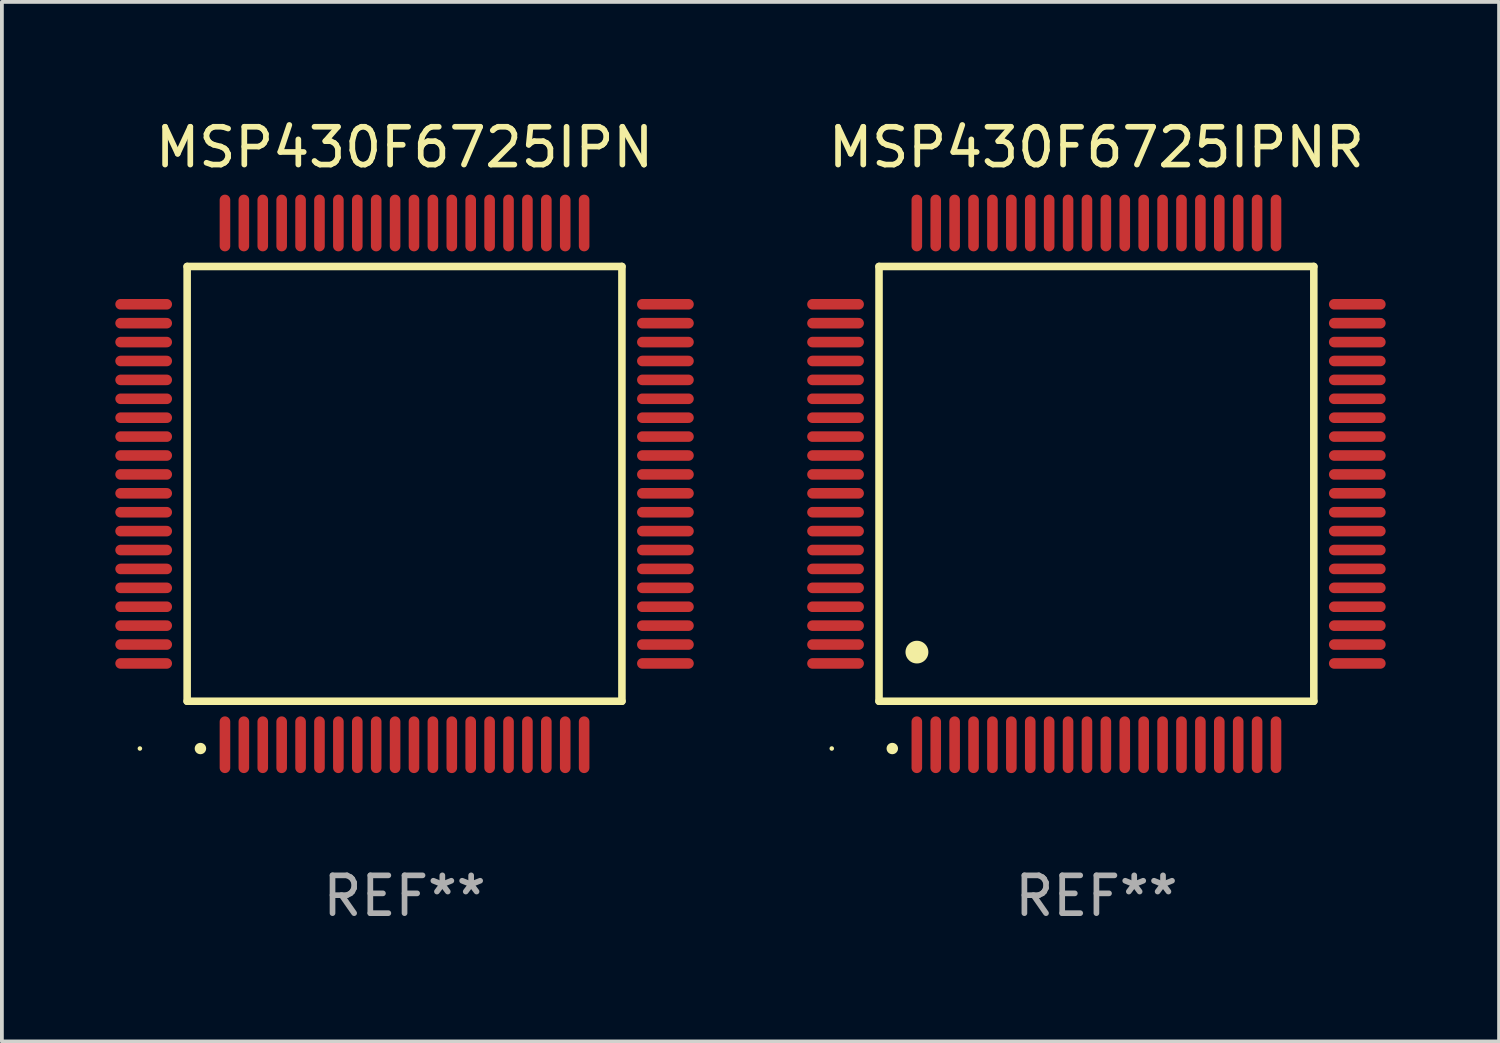
<source format=kicad_pcb>
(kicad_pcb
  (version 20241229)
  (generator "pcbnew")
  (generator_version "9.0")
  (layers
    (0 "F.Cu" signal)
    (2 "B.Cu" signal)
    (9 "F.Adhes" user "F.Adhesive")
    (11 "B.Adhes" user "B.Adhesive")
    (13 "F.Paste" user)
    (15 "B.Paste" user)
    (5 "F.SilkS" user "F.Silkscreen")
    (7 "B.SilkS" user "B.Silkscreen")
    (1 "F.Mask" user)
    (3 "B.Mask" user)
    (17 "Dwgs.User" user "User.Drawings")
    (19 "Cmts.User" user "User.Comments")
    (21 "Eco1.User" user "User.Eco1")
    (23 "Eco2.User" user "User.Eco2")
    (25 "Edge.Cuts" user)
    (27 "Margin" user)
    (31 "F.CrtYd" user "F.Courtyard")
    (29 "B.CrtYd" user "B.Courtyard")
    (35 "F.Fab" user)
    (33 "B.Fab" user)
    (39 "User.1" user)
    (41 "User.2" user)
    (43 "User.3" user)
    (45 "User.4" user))
  (footprint "MSP430F6725IPNR"
    (layer "F.Cu")
    (at 25.95 9.748)
    (property "Reference" "MSP430F6725IPNR" (at 0 -8.9 0) (layer "F.SilkS") (effects (font (size 1 1) (thickness 0.15))))
    (attr through_hole)
    (fp_line (start -5.75 -5.75) (end 5.75 -5.75) (stroke (width 0.2) (type solid)) (layer "F.SilkS"))
    (fp_line (start -5.75 5.75) (end -5.75 -5.75) (stroke (width 0.2) (type solid)) (layer "F.SilkS"))
    (fp_line (start 5.75 -5.75) (end 5.75 5.75) (stroke (width 0.2) (type solid)) (layer "F.SilkS"))
    (fp_line (start 5.75 5.75) (end -5.75 5.75) (stroke (width 0.2) (type solid)) (layer "F.SilkS"))
    (fp_arc (start -5.400051 7.000254) (mid -5.398781 7.000249) (end -5.397511 7.000254) (stroke (width 0.3) (type solid)) (layer "F.SilkS"))
    (fp_arc (start -4.749809 4.450089) (mid -4.747269 4.450078) (end -4.744729 4.450089) (stroke (width 0.6) (type solid)) (layer "F.SilkS"))
    (fp_circle (center -7 7) (end -6.97 7) (stroke (width 0.06) (type solid)) (fill no) (layer "F.SilkS"))
    (fp_text user "REF**" (at 0 10.9 0) (layer "F.Fab") (effects (font (size 1 1) (thickness 0.15))))
    (pad "1" smd oval (at -4.75 6.9) (size 0.28 1.5) (layers "F.Cu" "F.Mask" "F.Paste"))
    (pad "2" smd oval (at -4.25 6.9) (size 0.28 1.5) (layers "F.Cu" "F.Mask" "F.Paste"))
    (pad "3" smd oval (at -3.75 6.9) (size 0.28 1.5) (layers "F.Cu" "F.Mask" "F.Paste"))
    (pad "4" smd oval (at -3.25 6.9) (size 0.28 1.5) (layers "F.Cu" "F.Mask" "F.Paste"))
    (pad "5" smd oval (at -2.75 6.9) (size 0.28 1.5) (layers "F.Cu" "F.Mask" "F.Paste"))
    (pad "6" smd oval (at -2.25 6.9) (size 0.28 1.5) (layers "F.Cu" "F.Mask" "F.Paste"))
    (pad "7" smd oval (at -1.75 6.9) (size 0.28 1.5) (layers "F.Cu" "F.Mask" "F.Paste"))
    (pad "8" smd oval (at -1.25 6.9) (size 0.28 1.5) (layers "F.Cu" "F.Mask" "F.Paste"))
    (pad "9" smd oval (at -0.75 6.9) (size 0.28 1.5) (layers "F.Cu" "F.Mask" "F.Paste"))
    (pad "10" smd oval (at -0.25 6.9) (size 0.28 1.5) (layers "F.Cu" "F.Mask" "F.Paste"))
    (pad "11" smd oval (at 0.25 6.9) (size 0.28 1.5) (layers "F.Cu" "F.Mask" "F.Paste"))
    (pad "12" smd oval (at 0.75 6.9) (size 0.28 1.5) (layers "F.Cu" "F.Mask" "F.Paste"))
    (pad "13" smd oval (at 1.25 6.9) (size 0.28 1.5) (layers "F.Cu" "F.Mask" "F.Paste"))
    (pad "14" smd oval (at 1.75 6.9) (size 0.28 1.5) (layers "F.Cu" "F.Mask" "F.Paste"))
    (pad "15" smd oval (at 2.25 6.9) (size 0.28 1.5) (layers "F.Cu" "F.Mask" "F.Paste"))
    (pad "16" smd oval (at 2.75 6.9) (size 0.28 1.5) (layers "F.Cu" "F.Mask" "F.Paste"))
    (pad "17" smd oval (at 3.25 6.9) (size 0.28 1.5) (layers "F.Cu" "F.Mask" "F.Paste"))
    (pad "18" smd oval (at 3.75 6.9) (size 0.28 1.5) (layers "F.Cu" "F.Mask" "F.Paste"))
    (pad "19" smd oval (at 4.25 6.9) (size 0.28 1.5) (layers "F.Cu" "F.Mask" "F.Paste"))
    (pad "20" smd oval (at 4.75 6.9) (size 0.28 1.5) (layers "F.Cu" "F.Mask" "F.Paste"))
    (pad "21" smd oval (at 6.9 4.75) (size 1.5 0.28) (layers "F.Cu" "F.Mask" "F.Paste"))
    (pad "22" smd oval (at 6.9 4.25) (size 1.5 0.28) (layers "F.Cu" "F.Mask" "F.Paste"))
    (pad "23" smd oval (at 6.9 3.75) (size 1.5 0.28) (layers "F.Cu" "F.Mask" "F.Paste"))
    (pad "24" smd oval (at 6.9 3.25) (size 1.5 0.28) (layers "F.Cu" "F.Mask" "F.Paste"))
    (pad "25" smd oval (at 6.9 2.75) (size 1.5 0.28) (layers "F.Cu" "F.Mask" "F.Paste"))
    (pad "26" smd oval (at 6.9 2.25) (size 1.5 0.28) (layers "F.Cu" "F.Mask" "F.Paste"))
    (pad "27" smd oval (at 6.9 1.75) (size 1.5 0.28) (layers "F.Cu" "F.Mask" "F.Paste"))
    (pad "28" smd oval (at 6.9 1.25) (size 1.5 0.28) (layers "F.Cu" "F.Mask" "F.Paste"))
    (pad "29" smd oval (at 6.9 0.75) (size 1.5 0.28) (layers "F.Cu" "F.Mask" "F.Paste"))
    (pad "30" smd oval (at 6.9 0.25) (size 1.5 0.28) (layers "F.Cu" "F.Mask" "F.Paste"))
    (pad "31" smd oval (at 6.9 -0.25) (size 1.5 0.28) (layers "F.Cu" "F.Mask" "F.Paste"))
    (pad "32" smd oval (at 6.9 -0.75) (size 1.5 0.28) (layers "F.Cu" "F.Mask" "F.Paste"))
    (pad "33" smd oval (at 6.9 -1.25) (size 1.5 0.28) (layers "F.Cu" "F.Mask" "F.Paste"))
    (pad "34" smd oval (at 6.9 -1.75) (size 1.5 0.28) (layers "F.Cu" "F.Mask" "F.Paste"))
    (pad "35" smd oval (at 6.9 -2.25) (size 1.5 0.28) (layers "F.Cu" "F.Mask" "F.Paste"))
    (pad "36" smd oval (at 6.9 -2.75) (size 1.5 0.28) (layers "F.Cu" "F.Mask" "F.Paste"))
    (pad "37" smd oval (at 6.9 -3.25) (size 1.5 0.28) (layers "F.Cu" "F.Mask" "F.Paste"))
    (pad "38" smd oval (at 6.9 -3.75) (size 1.5 0.28) (layers "F.Cu" "F.Mask" "F.Paste"))
    (pad "39" smd oval (at 6.9 -4.25) (size 1.5 0.28) (layers "F.Cu" "F.Mask" "F.Paste"))
    (pad "40" smd oval (at 6.9 -4.75) (size 1.5 0.28) (layers "F.Cu" "F.Mask" "F.Paste"))
    (pad "41" smd oval (at 4.75 -6.9) (size 0.28 1.5) (layers "F.Cu" "F.Mask" "F.Paste"))
    (pad "42" smd oval (at 4.25 -6.9) (size 0.28 1.5) (layers "F.Cu" "F.Mask" "F.Paste"))
    (pad "43" smd oval (at 3.75 -6.9) (size 0.28 1.5) (layers "F.Cu" "F.Mask" "F.Paste"))
    (pad "44" smd oval (at 3.25 -6.9) (size 0.28 1.5) (layers "F.Cu" "F.Mask" "F.Paste"))
    (pad "45" smd oval (at 2.75 -6.9) (size 0.28 1.5) (layers "F.Cu" "F.Mask" "F.Paste"))
    (pad "46" smd oval (at 2.25 -6.9) (size 0.28 1.5) (layers "F.Cu" "F.Mask" "F.Paste"))
    (pad "47" smd oval (at 1.75 -6.9) (size 0.28 1.5) (layers "F.Cu" "F.Mask" "F.Paste"))
    (pad "48" smd oval (at 1.25 -6.9) (size 0.28 1.5) (layers "F.Cu" "F.Mask" "F.Paste"))
    (pad "49" smd oval (at 0.75 -6.9) (size 0.28 1.5) (layers "F.Cu" "F.Mask" "F.Paste"))
    (pad "50" smd oval (at 0.25 -6.9) (size 0.28 1.5) (layers "F.Cu" "F.Mask" "F.Paste"))
    (pad "51" smd oval (at -0.25 -6.9) (size 0.28 1.5) (layers "F.Cu" "F.Mask" "F.Paste"))
    (pad "52" smd oval (at -0.75 -6.9) (size 0.28 1.5) (layers "F.Cu" "F.Mask" "F.Paste"))
    (pad "53" smd oval (at -1.25 -6.9) (size 0.28 1.5) (layers "F.Cu" "F.Mask" "F.Paste"))
    (pad "54" smd oval (at -1.75 -6.9) (size 0.28 1.5) (layers "F.Cu" "F.Mask" "F.Paste"))
    (pad "55" smd oval (at -2.25 -6.9) (size 0.28 1.5) (layers "F.Cu" "F.Mask" "F.Paste"))
    (pad "56" smd oval (at -2.75 -6.9) (size 0.28 1.5) (layers "F.Cu" "F.Mask" "F.Paste"))
    (pad "57" smd oval (at -3.25 -6.9) (size 0.28 1.5) (layers "F.Cu" "F.Mask" "F.Paste"))
    (pad "58" smd oval (at -3.75 -6.9) (size 0.28 1.5) (layers "F.Cu" "F.Mask" "F.Paste"))
    (pad "59" smd oval (at -4.25 -6.9) (size 0.28 1.5) (layers "F.Cu" "F.Mask" "F.Paste"))
    (pad "60" smd oval (at -4.75 -6.9) (size 0.28 1.5) (layers "F.Cu" "F.Mask" "F.Paste"))
    (pad "61" smd oval (at -6.9 -4.75) (size 1.5 0.28) (layers "F.Cu" "F.Mask" "F.Paste"))
    (pad "62" smd oval (at -6.9 -4.25) (size 1.5 0.28) (layers "F.Cu" "F.Mask" "F.Paste"))
    (pad "63" smd oval (at -6.9 -3.75) (size 1.5 0.28) (layers "F.Cu" "F.Mask" "F.Paste"))
    (pad "64" smd oval (at -6.9 -3.25) (size 1.5 0.28) (layers "F.Cu" "F.Mask" "F.Paste"))
    (pad "65" smd oval (at -6.9 -2.75) (size 1.5 0.28) (layers "F.Cu" "F.Mask" "F.Paste"))
    (pad "66" smd oval (at -6.9 -2.25) (size 1.5 0.28) (layers "F.Cu" "F.Mask" "F.Paste"))
    (pad "67" smd oval (at -6.9 -1.75) (size 1.5 0.28) (layers "F.Cu" "F.Mask" "F.Paste"))
    (pad "68" smd oval (at -6.9 -1.25) (size 1.5 0.28) (layers "F.Cu" "F.Mask" "F.Paste"))
    (pad "69" smd oval (at -6.9 -0.75) (size 1.5 0.28) (layers "F.Cu" "F.Mask" "F.Paste"))
    (pad "70" smd oval (at -6.9 -0.25) (size 1.5 0.28) (layers "F.Cu" "F.Mask" "F.Paste"))
    (pad "71" smd oval (at -6.9 0.25) (size 1.5 0.28) (layers "F.Cu" "F.Mask" "F.Paste"))
    (pad "72" smd oval (at -6.9 0.75) (size 1.5 0.28) (layers "F.Cu" "F.Mask" "F.Paste"))
    (pad "73" smd oval (at -6.9 1.25) (size 1.5 0.28) (layers "F.Cu" "F.Mask" "F.Paste"))
    (pad "74" smd oval (at -6.9 1.75) (size 1.5 0.28) (layers "F.Cu" "F.Mask" "F.Paste"))
    (pad "75" smd oval (at -6.9 2.25) (size 1.5 0.28) (layers "F.Cu" "F.Mask" "F.Paste"))
    (pad "76" smd oval (at -6.9 2.75) (size 1.5 0.28) (layers "F.Cu" "F.Mask" "F.Paste"))
    (pad "77" smd oval (at -6.9 3.25) (size 1.5 0.28) (layers "F.Cu" "F.Mask" "F.Paste"))
    (pad "78" smd oval (at -6.9 3.75) (size 1.5 0.28) (layers "F.Cu" "F.Mask" "F.Paste"))
    (pad "79" smd oval (at -6.9 4.25) (size 1.5 0.28) (layers "F.Cu" "F.Mask" "F.Paste"))
    (pad "80" smd oval (at -6.9 4.75) (size 1.5 0.28) (layers "F.Cu" "F.Mask" "F.Paste")))
  (footprint "MSP430F6725IPN"
    (layer "F.Cu")
    (at 7.65 9.748)
    (property "Reference" "MSP430F6725IPN" (at 0 -8.9 0) (layer "F.SilkS") (effects (font (size 1 1) (thickness 0.15))))
    (attr through_hole)
    (fp_line (start -5.75 -5.75) (end 5.75 -5.75) (stroke (width 0.2) (type solid)) (layer "F.SilkS"))
    (fp_line (start -5.75 5.75) (end -5.75 -5.75) (stroke (width 0.2) (type solid)) (layer "F.SilkS"))
    (fp_line (start 5.75 -5.75) (end 5.75 5.75) (stroke (width 0.2) (type solid)) (layer "F.SilkS"))
    (fp_line (start 5.75 5.75) (end -5.75 5.75) (stroke (width 0.2) (type solid)) (layer "F.SilkS"))
    (fp_arc (start -5.400051 7.000254) (mid -5.398781 7.000249) (end -5.397511 7.000254) (stroke (width 0.3) (type solid)) (layer "F.SilkS"))
    (fp_circle (center -7 7) (end -6.97 7) (stroke (width 0.06) (type solid)) (fill no) (layer "F.SilkS"))
    (fp_text user "REF**" (at 0 10.9 0) (layer "F.Fab") (effects (font (size 1 1) (thickness 0.15))))
    (pad "1" smd oval (at -4.75 6.9) (size 0.28 1.5) (layers "F.Cu" "F.Mask" "F.Paste"))
    (pad "2" smd oval (at -4.25 6.9) (size 0.28 1.5) (layers "F.Cu" "F.Mask" "F.Paste"))
    (pad "3" smd oval (at -3.75 6.9) (size 0.28 1.5) (layers "F.Cu" "F.Mask" "F.Paste"))
    (pad "4" smd oval (at -3.25 6.9) (size 0.28 1.5) (layers "F.Cu" "F.Mask" "F.Paste"))
    (pad "5" smd oval (at -2.75 6.9) (size 0.28 1.5) (layers "F.Cu" "F.Mask" "F.Paste"))
    (pad "6" smd oval (at -2.25 6.9) (size 0.28 1.5) (layers "F.Cu" "F.Mask" "F.Paste"))
    (pad "7" smd oval (at -1.75 6.9) (size 0.28 1.5) (layers "F.Cu" "F.Mask" "F.Paste"))
    (pad "8" smd oval (at -1.25 6.9) (size 0.28 1.5) (layers "F.Cu" "F.Mask" "F.Paste"))
    (pad "9" smd oval (at -0.75 6.9) (size 0.28 1.5) (layers "F.Cu" "F.Mask" "F.Paste"))
    (pad "10" smd oval (at -0.25 6.9) (size 0.28 1.5) (layers "F.Cu" "F.Mask" "F.Paste"))
    (pad "11" smd oval (at 0.25 6.9) (size 0.28 1.5) (layers "F.Cu" "F.Mask" "F.Paste"))
    (pad "12" smd oval (at 0.75 6.9) (size 0.28 1.5) (layers "F.Cu" "F.Mask" "F.Paste"))
    (pad "13" smd oval (at 1.25 6.9) (size 0.28 1.5) (layers "F.Cu" "F.Mask" "F.Paste"))
    (pad "14" smd oval (at 1.75 6.9) (size 0.28 1.5) (layers "F.Cu" "F.Mask" "F.Paste"))
    (pad "15" smd oval (at 2.25 6.9) (size 0.28 1.5) (layers "F.Cu" "F.Mask" "F.Paste"))
    (pad "16" smd oval (at 2.75 6.9) (size 0.28 1.5) (layers "F.Cu" "F.Mask" "F.Paste"))
    (pad "17" smd oval (at 3.25 6.9) (size 0.28 1.5) (layers "F.Cu" "F.Mask" "F.Paste"))
    (pad "18" smd oval (at 3.75 6.9) (size 0.28 1.5) (layers "F.Cu" "F.Mask" "F.Paste"))
    (pad "19" smd oval (at 4.25 6.9) (size 0.28 1.5) (layers "F.Cu" "F.Mask" "F.Paste"))
    (pad "20" smd oval (at 4.75 6.9) (size 0.28 1.5) (layers "F.Cu" "F.Mask" "F.Paste"))
    (pad "21" smd oval (at 6.9 4.75) (size 1.5 0.28) (layers "F.Cu" "F.Mask" "F.Paste"))
    (pad "22" smd oval (at 6.9 4.25) (size 1.5 0.28) (layers "F.Cu" "F.Mask" "F.Paste"))
    (pad "23" smd oval (at 6.9 3.75) (size 1.5 0.28) (layers "F.Cu" "F.Mask" "F.Paste"))
    (pad "24" smd oval (at 6.9 3.25) (size 1.5 0.28) (layers "F.Cu" "F.Mask" "F.Paste"))
    (pad "25" smd oval (at 6.9 2.75) (size 1.5 0.28) (layers "F.Cu" "F.Mask" "F.Paste"))
    (pad "26" smd oval (at 6.9 2.25) (size 1.5 0.28) (layers "F.Cu" "F.Mask" "F.Paste"))
    (pad "27" smd oval (at 6.9 1.75) (size 1.5 0.28) (layers "F.Cu" "F.Mask" "F.Paste"))
    (pad "28" smd oval (at 6.9 1.25) (size 1.5 0.28) (layers "F.Cu" "F.Mask" "F.Paste"))
    (pad "29" smd oval (at 6.9 0.75) (size 1.5 0.28) (layers "F.Cu" "F.Mask" "F.Paste"))
    (pad "30" smd oval (at 6.9 0.25) (size 1.5 0.28) (layers "F.Cu" "F.Mask" "F.Paste"))
    (pad "31" smd oval (at 6.9 -0.25) (size 1.5 0.28) (layers "F.Cu" "F.Mask" "F.Paste"))
    (pad "32" smd oval (at 6.9 -0.75) (size 1.5 0.28) (layers "F.Cu" "F.Mask" "F.Paste"))
    (pad "33" smd oval (at 6.9 -1.25) (size 1.5 0.28) (layers "F.Cu" "F.Mask" "F.Paste"))
    (pad "34" smd oval (at 6.9 -1.75) (size 1.5 0.28) (layers "F.Cu" "F.Mask" "F.Paste"))
    (pad "35" smd oval (at 6.9 -2.25) (size 1.5 0.28) (layers "F.Cu" "F.Mask" "F.Paste"))
    (pad "36" smd oval (at 6.9 -2.75) (size 1.5 0.28) (layers "F.Cu" "F.Mask" "F.Paste"))
    (pad "37" smd oval (at 6.9 -3.25) (size 1.5 0.28) (layers "F.Cu" "F.Mask" "F.Paste"))
    (pad "38" smd oval (at 6.9 -3.75) (size 1.5 0.28) (layers "F.Cu" "F.Mask" "F.Paste"))
    (pad "39" smd oval (at 6.9 -4.25) (size 1.5 0.28) (layers "F.Cu" "F.Mask" "F.Paste"))
    (pad "40" smd oval (at 6.9 -4.75) (size 1.5 0.28) (layers "F.Cu" "F.Mask" "F.Paste"))
    (pad "41" smd oval (at 4.75 -6.9) (size 0.28 1.5) (layers "F.Cu" "F.Mask" "F.Paste"))
    (pad "42" smd oval (at 4.25 -6.9) (size 0.28 1.5) (layers "F.Cu" "F.Mask" "F.Paste"))
    (pad "43" smd oval (at 3.75 -6.9) (size 0.28 1.5) (layers "F.Cu" "F.Mask" "F.Paste"))
    (pad "44" smd oval (at 3.25 -6.9) (size 0.28 1.5) (layers "F.Cu" "F.Mask" "F.Paste"))
    (pad "45" smd oval (at 2.75 -6.9) (size 0.28 1.5) (layers "F.Cu" "F.Mask" "F.Paste"))
    (pad "46" smd oval (at 2.25 -6.9) (size 0.28 1.5) (layers "F.Cu" "F.Mask" "F.Paste"))
    (pad "47" smd oval (at 1.75 -6.9) (size 0.28 1.5) (layers "F.Cu" "F.Mask" "F.Paste"))
    (pad "48" smd oval (at 1.25 -6.9) (size 0.28 1.5) (layers "F.Cu" "F.Mask" "F.Paste"))
    (pad "49" smd oval (at 0.75 -6.9) (size 0.28 1.5) (layers "F.Cu" "F.Mask" "F.Paste"))
    (pad "50" smd oval (at 0.25 -6.9) (size 0.28 1.5) (layers "F.Cu" "F.Mask" "F.Paste"))
    (pad "51" smd oval (at -0.25 -6.9) (size 0.28 1.5) (layers "F.Cu" "F.Mask" "F.Paste"))
    (pad "52" smd oval (at -0.75 -6.9) (size 0.28 1.5) (layers "F.Cu" "F.Mask" "F.Paste"))
    (pad "53" smd oval (at -1.25 -6.9) (size 0.28 1.5) (layers "F.Cu" "F.Mask" "F.Paste"))
    (pad "54" smd oval (at -1.75 -6.9) (size 0.28 1.5) (layers "F.Cu" "F.Mask" "F.Paste"))
    (pad "55" smd oval (at -2.25 -6.9) (size 0.28 1.5) (layers "F.Cu" "F.Mask" "F.Paste"))
    (pad "56" smd oval (at -2.75 -6.9) (size 0.28 1.5) (layers "F.Cu" "F.Mask" "F.Paste"))
    (pad "57" smd oval (at -3.25 -6.9) (size 0.28 1.5) (layers "F.Cu" "F.Mask" "F.Paste"))
    (pad "58" smd oval (at -3.75 -6.9) (size 0.28 1.5) (layers "F.Cu" "F.Mask" "F.Paste"))
    (pad "59" smd oval (at -4.25 -6.9) (size 0.28 1.5) (layers "F.Cu" "F.Mask" "F.Paste"))
    (pad "60" smd oval (at -4.75 -6.9) (size 0.28 1.5) (layers "F.Cu" "F.Mask" "F.Paste"))
    (pad "61" smd oval (at -6.9 -4.75) (size 1.5 0.28) (layers "F.Cu" "F.Mask" "F.Paste"))
    (pad "62" smd oval (at -6.9 -4.25) (size 1.5 0.28) (layers "F.Cu" "F.Mask" "F.Paste"))
    (pad "63" smd oval (at -6.9 -3.75) (size 1.5 0.28) (layers "F.Cu" "F.Mask" "F.Paste"))
    (pad "64" smd oval (at -6.9 -3.25) (size 1.5 0.28) (layers "F.Cu" "F.Mask" "F.Paste"))
    (pad "65" smd oval (at -6.9 -2.75) (size 1.5 0.28) (layers "F.Cu" "F.Mask" "F.Paste"))
    (pad "66" smd oval (at -6.9 -2.25) (size 1.5 0.28) (layers "F.Cu" "F.Mask" "F.Paste"))
    (pad "67" smd oval (at -6.9 -1.75) (size 1.5 0.28) (layers "F.Cu" "F.Mask" "F.Paste"))
    (pad "68" smd oval (at -6.9 -1.25) (size 1.5 0.28) (layers "F.Cu" "F.Mask" "F.Paste"))
    (pad "69" smd oval (at -6.9 -0.75) (size 1.5 0.28) (layers "F.Cu" "F.Mask" "F.Paste"))
    (pad "70" smd oval (at -6.9 -0.25) (size 1.5 0.28) (layers "F.Cu" "F.Mask" "F.Paste"))
    (pad "71" smd oval (at -6.9 0.25) (size 1.5 0.28) (layers "F.Cu" "F.Mask" "F.Paste"))
    (pad "72" smd oval (at -6.9 0.75) (size 1.5 0.28) (layers "F.Cu" "F.Mask" "F.Paste"))
    (pad "73" smd oval (at -6.9 1.25) (size 1.5 0.28) (layers "F.Cu" "F.Mask" "F.Paste"))
    (pad "74" smd oval (at -6.9 1.75) (size 1.5 0.28) (layers "F.Cu" "F.Mask" "F.Paste"))
    (pad "75" smd oval (at -6.9 2.25) (size 1.5 0.28) (layers "F.Cu" "F.Mask" "F.Paste"))
    (pad "76" smd oval (at -6.9 2.75) (size 1.5 0.28) (layers "F.Cu" "F.Mask" "F.Paste"))
    (pad "77" smd oval (at -6.9 3.25) (size 1.5 0.28) (layers "F.Cu" "F.Mask" "F.Paste"))
    (pad "78" smd oval (at -6.9 3.75) (size 1.5 0.28) (layers "F.Cu" "F.Mask" "F.Paste"))
    (pad "79" smd oval (at -6.9 4.25) (size 1.5 0.28) (layers "F.Cu" "F.Mask" "F.Paste"))
    (pad "80" smd oval (at -6.9 4.75) (size 1.5 0.28) (layers "F.Cu" "F.Mask" "F.Paste")))
  (gr_rect
    (start -3 -3)
    (end 36.6 24.496)
    (stroke (width 0.1) (type default))
    (fill no)
    (layer "Edge.Cuts")))
</source>
